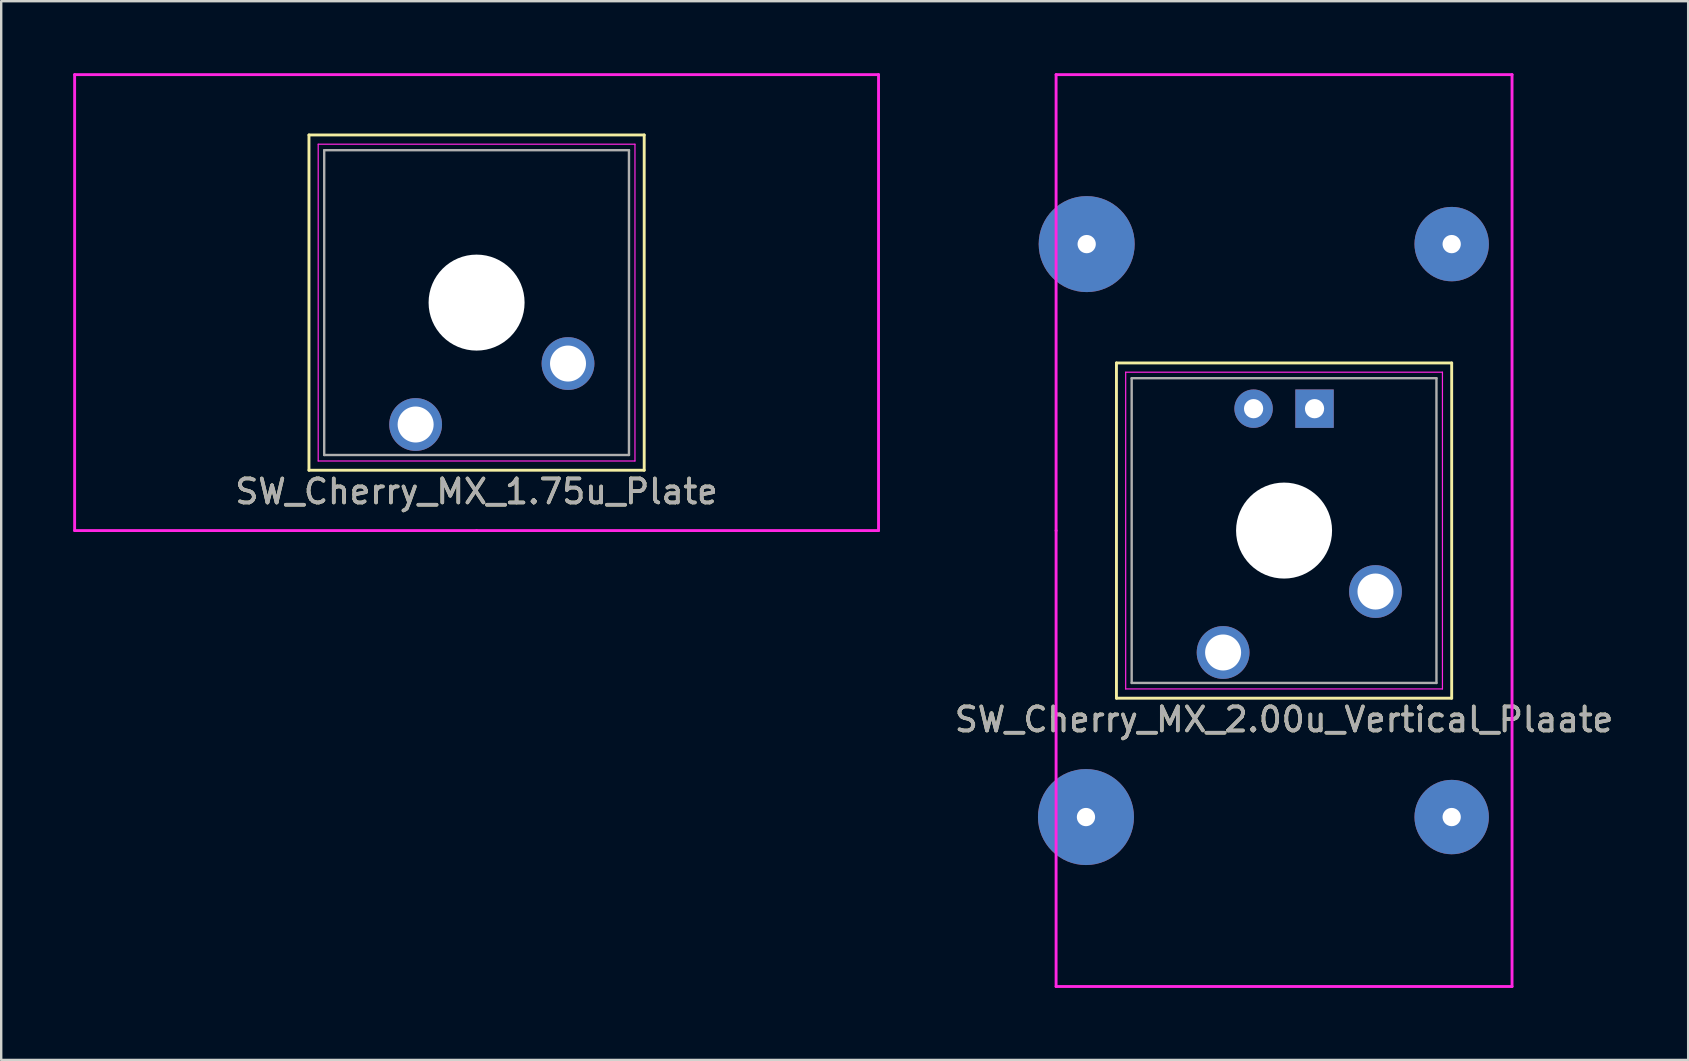
<source format=kicad_pcb>
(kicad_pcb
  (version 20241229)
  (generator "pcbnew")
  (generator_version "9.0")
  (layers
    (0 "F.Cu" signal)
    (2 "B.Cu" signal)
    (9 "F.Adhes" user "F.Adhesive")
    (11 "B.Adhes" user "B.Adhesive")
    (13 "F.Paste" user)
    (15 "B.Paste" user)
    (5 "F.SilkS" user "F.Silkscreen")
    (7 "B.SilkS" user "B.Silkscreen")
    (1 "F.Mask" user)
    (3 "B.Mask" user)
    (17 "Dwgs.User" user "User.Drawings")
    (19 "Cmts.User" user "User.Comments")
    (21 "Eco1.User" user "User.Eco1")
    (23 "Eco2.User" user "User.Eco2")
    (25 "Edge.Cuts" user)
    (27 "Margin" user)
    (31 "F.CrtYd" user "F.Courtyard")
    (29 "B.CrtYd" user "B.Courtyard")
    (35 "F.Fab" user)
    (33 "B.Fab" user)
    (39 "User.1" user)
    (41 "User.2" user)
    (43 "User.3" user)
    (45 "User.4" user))
  (footprint "SW_Cherry_MX_2.00u_Vertical_Plaate"
    (layer "F.Cu")
    (at 50.459 19.06)
    (property "Reference" "SW_Cherry_MX_2.00u_Vertical_Plaate" (at 0 7.874 180) (layer "F.SilkS") (effects (font (size 1 1) (thickness 0.15))))
    (attr through_hole)
    (fp_line (start -6.985 -6.985) (end 6.985 -6.985) (stroke (width 0.12) (type solid)) (layer "F.SilkS"))
    (fp_line (start -6.985 6.985) (end -6.985 -6.985) (stroke (width 0.12) (type solid)) (layer "F.SilkS"))
    (fp_line (start 6.985 -6.985) (end 6.985 6.985) (stroke (width 0.12) (type solid)) (layer "F.SilkS"))
    (fp_line (start 6.985 6.985) (end -6.985 6.985) (stroke (width 0.12) (type solid)) (layer "F.SilkS"))
    (fp_line (start -9.5 -19) (end -9.5 0) (stroke (width 0.12) (type solid)) (layer "F.CrtYd"))
    (fp_line (start -9.5 0) (end -9.5 19) (stroke (width 0.12) (type solid)) (layer "F.CrtYd"))
    (fp_line (start -9.5 19) (end 9.5 19) (stroke (width 0.12) (type solid)) (layer "F.CrtYd"))
    (fp_line (start -6.6 -6.6) (end 6.6 -6.6) (stroke (width 0.05) (type solid)) (layer "F.CrtYd"))
    (fp_line (start -6.6 6.6) (end -6.6 -6.6) (stroke (width 0.05) (type solid)) (layer "F.CrtYd"))
    (fp_line (start 6.6 -6.6) (end 6.6 6.6) (stroke (width 0.05) (type solid)) (layer "F.CrtYd"))
    (fp_line (start 6.6 6.6) (end -6.6 6.6) (stroke (width 0.05) (type solid)) (layer "F.CrtYd"))
    (fp_line (start 9.5 -19) (end -9.5 -19) (stroke (width 0.12) (type solid)) (layer "F.CrtYd"))
    (fp_line (start 9.5 19) (end 9.5 -19) (stroke (width 0.12) (type solid)) (layer "F.CrtYd"))
    (fp_line (start -6.35 -6.35) (end 6.35 -6.35) (stroke (width 0.1) (type solid)) (layer "F.Fab"))
    (fp_line (start -6.35 6.35) (end -6.35 -6.35) (stroke (width 0.1) (type solid)) (layer "F.Fab"))
    (fp_line (start 6.35 -6.35) (end 6.35 6.35) (stroke (width 0.1) (type solid)) (layer "F.Fab"))
    (fp_line (start 6.35 6.35) (end -6.35 6.35) (stroke (width 0.1) (type solid)) (layer "F.Fab"))
    (fp_text user "${REFERENCE}" (at 0 7.874 180) (layer "F.Fab") (effects (font (size 1 1) (thickness 0.15))))
    (pad "" np_thru_hole circle (at -8.255 11.938) (size 4 4) (drill 0.762) (layers "*.Cu" "*.Mask"))
    (pad "" np_thru_hole circle (at -8.225 -11.938) (size 4 4) (drill 0.762) (layers "*.Cu" "*.Mask"))
    (pad "" np_thru_hole circle (at 0 0 180) (size 4 4) (drill 4) (layers "*.Cu" "*.Mask"))
    (pad "" np_thru_hole circle (at 6.985 -11.938) (size 3.1 3.1) (drill 0.762) (layers "*.Cu" "*.Mask"))
    (pad "" np_thru_hole circle (at 6.985 11.938) (size 3.1 3.1) (drill 0.762) (layers "*.Cu" "*.Mask"))
    (pad "1" thru_hole circle (at 3.81 2.54 180) (size 2.2 2.2) (drill 1.5) (layers "*.Cu" "*.Mask"))
    (pad "2" thru_hole rect (at 1.27 -5.08 180) (size 1.6 1.6) (drill 0.8) (layers "*.Cu" "*.Mask"))
    (pad "3" thru_hole circle (at -1.27 -5.08 180) (size 1.6 1.6) (drill 0.8) (layers "*.Cu" "*.Mask"))
    (pad "4" thru_hole circle (at -2.54 5.08 180) (size 2.2 2.2) (drill 1.5) (layers "*.Cu" "*.Mask")))
  (footprint "SW_Cherry_MX_1.75u_Plate"
    (layer "F.Cu")
    (at 16.81 9.56)
    (property "Reference" "SW_Cherry_MX_1.75u_Plate" (at 0 7.874 180) (layer "F.SilkS") (effects (font (size 1 1) (thickness 0.15))))
    (attr through_hole)
    (fp_line (start -6.985 -6.985) (end 6.985 -6.985) (stroke (width 0.12) (type solid)) (layer "F.SilkS"))
    (fp_line (start -6.985 6.985) (end -6.985 -6.985) (stroke (width 0.12) (type solid)) (layer "F.SilkS"))
    (fp_line (start 6.985 -6.985) (end 6.985 6.985) (stroke (width 0.12) (type solid)) (layer "F.SilkS"))
    (fp_line (start 6.985 6.985) (end -6.985 6.985) (stroke (width 0.12) (type solid)) (layer "F.SilkS"))
    (fp_line (start -16.75 -9.5) (end 16.75 -9.5) (stroke (width 0.12) (type solid)) (layer "F.CrtYd"))
    (fp_line (start -16.75 9.5) (end -16.75 -9.5) (stroke (width 0.12) (type solid)) (layer "F.CrtYd"))
    (fp_line (start -6.6 -6.6) (end 6.6 -6.6) (stroke (width 0.05) (type solid)) (layer "F.CrtYd"))
    (fp_line (start -6.6 6.6) (end -6.6 -6.6) (stroke (width 0.05) (type solid)) (layer "F.CrtYd"))
    (fp_line (start 0 9.5) (end -16.75 9.5) (stroke (width 0.12) (type solid)) (layer "F.CrtYd"))
    (fp_line (start 6.6 -6.6) (end 6.6 6.6) (stroke (width 0.05) (type solid)) (layer "F.CrtYd"))
    (fp_line (start 6.6 6.6) (end -6.6 6.6) (stroke (width 0.05) (type solid)) (layer "F.CrtYd"))
    (fp_line (start 16.75 -9.5) (end 16.75 9.5) (stroke (width 0.12) (type solid)) (layer "F.CrtYd"))
    (fp_line (start 16.75 9.5) (end 0 9.5) (stroke (width 0.12) (type solid)) (layer "F.CrtYd"))
    (fp_line (start -6.35 -6.35) (end 6.35 -6.35) (stroke (width 0.1) (type solid)) (layer "F.Fab"))
    (fp_line (start -6.35 6.35) (end -6.35 -6.35) (stroke (width 0.1) (type solid)) (layer "F.Fab"))
    (fp_line (start 6.35 -6.35) (end 6.35 6.35) (stroke (width 0.1) (type solid)) (layer "F.Fab"))
    (fp_line (start 6.35 6.35) (end -6.35 6.35) (stroke (width 0.1) (type solid)) (layer "F.Fab"))
    (fp_text user "${REFERENCE}" (at 0 7.874 180) (layer "F.Fab") (effects (font (size 1 1) (thickness 0.15))))
    (pad "" np_thru_hole circle (at 0 0 180) (size 4 4) (drill 4) (layers "*.Cu" "*.Mask"))
    (pad "1" thru_hole circle (at 3.81 2.54 180) (size 2.2 2.2) (drill 1.5) (layers "*.Cu" "*.Mask"))
    (pad "2" thru_hole circle (at -2.54 5.08 180) (size 2.2 2.2) (drill 1.5) (layers "*.Cu" "*.Mask")))
  (gr_rect
    (start -3 -3)
    (end 67.299 41.12)
    (stroke (width 0.1) (type default))
    (fill no)
    (layer "Edge.Cuts")))
</source>
